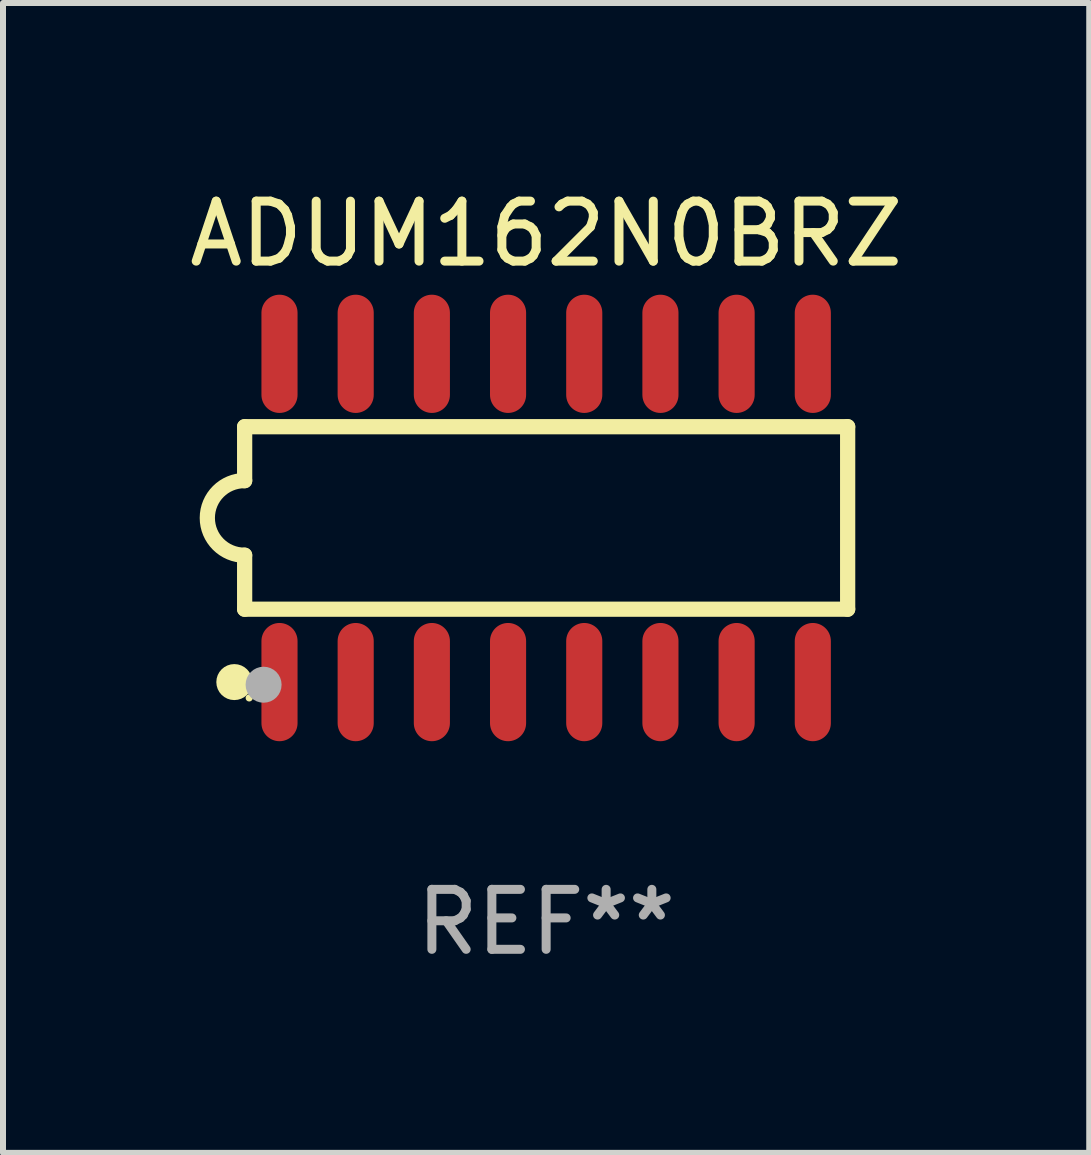
<source format=kicad_pcb>
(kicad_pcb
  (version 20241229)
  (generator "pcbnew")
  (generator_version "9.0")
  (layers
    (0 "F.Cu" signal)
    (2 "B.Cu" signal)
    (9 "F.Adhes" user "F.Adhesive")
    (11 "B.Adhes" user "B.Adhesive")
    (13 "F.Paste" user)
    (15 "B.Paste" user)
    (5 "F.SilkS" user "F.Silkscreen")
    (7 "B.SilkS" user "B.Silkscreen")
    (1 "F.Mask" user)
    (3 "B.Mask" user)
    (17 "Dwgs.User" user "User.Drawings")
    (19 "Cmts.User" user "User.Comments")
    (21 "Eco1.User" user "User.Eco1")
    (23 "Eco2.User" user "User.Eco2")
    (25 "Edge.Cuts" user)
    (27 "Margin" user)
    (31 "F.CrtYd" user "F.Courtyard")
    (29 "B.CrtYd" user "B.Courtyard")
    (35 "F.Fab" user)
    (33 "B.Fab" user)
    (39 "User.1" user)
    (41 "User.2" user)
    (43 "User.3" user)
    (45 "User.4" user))
  (footprint "ADUM162N0BRZ"
    (layer "F.Cu")
    (at 6.054 5.584)
    (property "Reference" "ADUM162N0BRZ" (at 0 -4.736 0) (layer "F.SilkS") (effects (font (size 1 1) (thickness 0.15))))
    (attr through_hole)
    (fp_line (start -5.026 -1.521) (end -5.026 -0.621) (stroke (width 0.254) (type solid)) (layer "F.SilkS"))
    (fp_line (start -5.026 -1.521) (end 5.026 -1.521) (stroke (width 0.254) (type solid)) (layer "F.SilkS"))
    (fp_line (start -5.026 1.521) (end -5.026 0.621) (stroke (width 0.254) (type solid)) (layer "F.SilkS"))
    (fp_line (start 5.026 -1.521) (end 5.026 1.521) (stroke (width 0.254) (type solid)) (layer "F.SilkS"))
    (fp_line (start 5.026 1.521) (end -5.026 1.521) (stroke (width 0.254) (type solid)) (layer "F.SilkS"))
    (fp_arc (start -5.026187 0.621387) (mid -5.647752 -0.000787) (end -5.025781 -0.622555) (stroke (width 0.254001) (type solid)) (layer "F.SilkS"))
    (fp_circle (center -5.198 2.736) (end -5.048 2.736) (stroke (width 0.3) (type solid)) (fill no) (layer "F.SilkS"))
    (fp_circle (center -4.95 3) (end -4.92 3) (stroke (width 0.06) (type solid)) (fill no) (layer "F.SilkS"))
    (fp_circle (center -4.71 2.78) (end -4.56 2.78) (stroke (width 0.3) (type solid)) (fill no) (layer "F.Fab"))
    (fp_text user "REF**" (at 0 6.736 0) (layer "F.Fab") (effects (font (size 1 1) (thickness 0.15))))
    (pad "1" smd oval (at -4.445 2.736) (size 0.602 1.971) (layers "F.Cu" "F.Mask" "F.Paste"))
    (pad "2" smd oval (at -3.175 2.736) (size 0.602 1.971) (layers "F.Cu" "F.Mask" "F.Paste"))
    (pad "3" smd oval (at -1.905 2.736) (size 0.602 1.971) (layers "F.Cu" "F.Mask" "F.Paste"))
    (pad "4" smd oval (at -0.635 2.736) (size 0.602 1.971) (layers "F.Cu" "F.Mask" "F.Paste"))
    (pad "5" smd oval (at 0.635 2.736) (size 0.602 1.971) (layers "F.Cu" "F.Mask" "F.Paste"))
    (pad "6" smd oval (at 1.905 2.736) (size 0.602 1.971) (layers "F.Cu" "F.Mask" "F.Paste"))
    (pad "7" smd oval (at 3.175 2.736) (size 0.602 1.971) (layers "F.Cu" "F.Mask" "F.Paste"))
    (pad "8" smd oval (at 4.445 2.736) (size 0.602 1.971) (layers "F.Cu" "F.Mask" "F.Paste"))
    (pad "9" smd oval (at 4.445 -2.736) (size 0.602 1.971) (layers "F.Cu" "F.Mask" "F.Paste"))
    (pad "10" smd oval (at 3.175 -2.736) (size 0.602 1.971) (layers "F.Cu" "F.Mask" "F.Paste"))
    (pad "11" smd oval (at 1.905 -2.736) (size 0.602 1.971) (layers "F.Cu" "F.Mask" "F.Paste"))
    (pad "12" smd oval (at 0.635 -2.736) (size 0.602 1.971) (layers "F.Cu" "F.Mask" "F.Paste"))
    (pad "13" smd oval (at -0.635 -2.736) (size 0.602 1.971) (layers "F.Cu" "F.Mask" "F.Paste"))
    (pad "14" smd oval (at -1.905 -2.736) (size 0.602 1.971) (layers "F.Cu" "F.Mask" "F.Paste"))
    (pad "15" smd oval (at -3.175 -2.736) (size 0.602 1.971) (layers "F.Cu" "F.Mask" "F.Paste"))
    (pad "16" smd oval (at -4.445 -2.736) (size 0.602 1.971) (layers "F.Cu" "F.Mask" "F.Paste")))
  (gr_rect
    (start -3 -3)
    (end 15.107 16.168)
    (stroke (width 0.1) (type default))
    (fill no)
    (layer "Edge.Cuts")))
</source>
